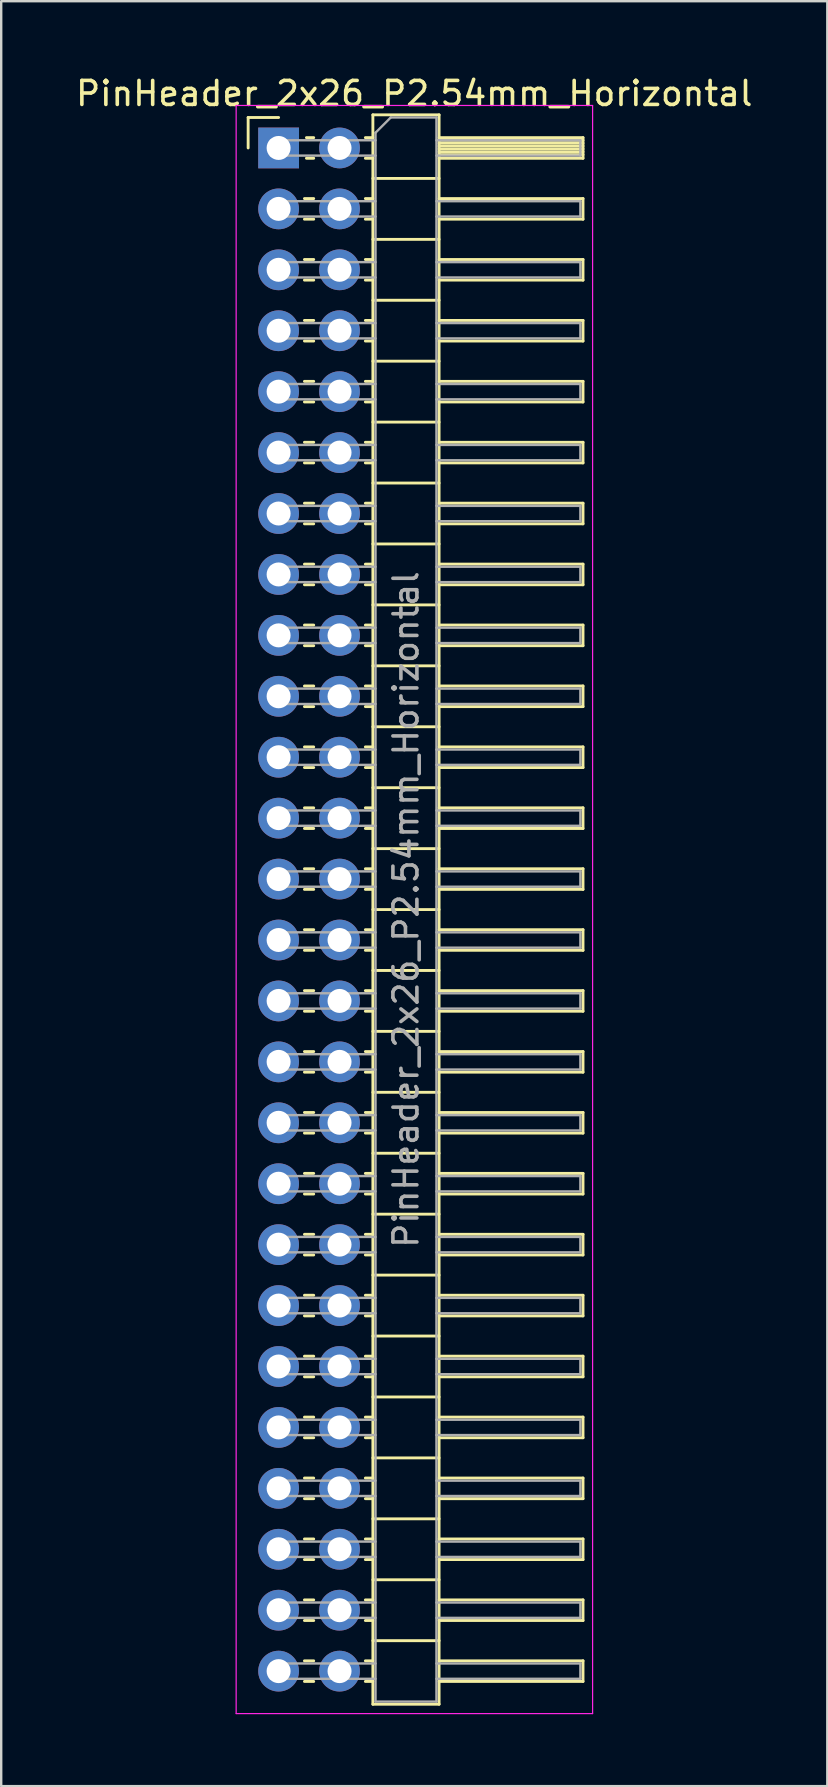
<source format=kicad_pcb>
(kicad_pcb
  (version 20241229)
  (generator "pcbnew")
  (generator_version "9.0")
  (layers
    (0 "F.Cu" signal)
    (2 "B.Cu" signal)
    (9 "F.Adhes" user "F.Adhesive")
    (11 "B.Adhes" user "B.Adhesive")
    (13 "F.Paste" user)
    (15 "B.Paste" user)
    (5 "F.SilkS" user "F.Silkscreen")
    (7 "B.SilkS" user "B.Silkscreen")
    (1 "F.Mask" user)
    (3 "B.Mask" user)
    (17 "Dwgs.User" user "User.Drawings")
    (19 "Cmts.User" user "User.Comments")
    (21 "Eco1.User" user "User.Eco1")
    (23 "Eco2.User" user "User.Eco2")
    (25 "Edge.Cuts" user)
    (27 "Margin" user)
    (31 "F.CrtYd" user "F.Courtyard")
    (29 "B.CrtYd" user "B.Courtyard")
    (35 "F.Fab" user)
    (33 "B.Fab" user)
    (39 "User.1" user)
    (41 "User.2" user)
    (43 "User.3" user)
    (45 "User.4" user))
  (footprint "PinHeader_2x26_P2.54mm_Horizontal"
    (layer "F.Cu")
    (at 8.565 3.118)
    (property "Reference" "PinHeader_2x26_P2.54mm_Horizontal" (at 5.655 -2.27 0) (layer "F.SilkS") (effects (font (size 1 1) (thickness 0.15))))
    (attr through_hole)
    (fp_line (start -1.27 -1.27) (end 0 -1.27) (stroke (width 0.12) (type solid)) (layer "F.SilkS"))
    (fp_line (start -1.27 0) (end -1.27 -1.27) (stroke (width 0.12) (type solid)) (layer "F.SilkS"))
    (fp_line (start 1.077 2.11) (end 1.463 2.11) (stroke (width 0.12) (type solid)) (layer "F.SilkS"))
    (fp_line (start 1.077 2.97) (end 1.463 2.97) (stroke (width 0.12) (type solid)) (layer "F.SilkS"))
    (fp_line (start 1.077 4.65) (end 1.463 4.65) (stroke (width 0.12) (type solid)) (layer "F.SilkS"))
    (fp_line (start 1.077 5.51) (end 1.463 5.51) (stroke (width 0.12) (type solid)) (layer "F.SilkS"))
    (fp_line (start 1.077 7.19) (end 1.463 7.19) (stroke (width 0.12) (type solid)) (layer "F.SilkS"))
    (fp_line (start 1.077 8.05) (end 1.463 8.05) (stroke (width 0.12) (type solid)) (layer "F.SilkS"))
    (fp_line (start 1.077 9.73) (end 1.463 9.73) (stroke (width 0.12) (type solid)) (layer "F.SilkS"))
    (fp_line (start 1.077 10.59) (end 1.463 10.59) (stroke (width 0.12) (type solid)) (layer "F.SilkS"))
    (fp_line (start 1.077 12.27) (end 1.463 12.27) (stroke (width 0.12) (type solid)) (layer "F.SilkS"))
    (fp_line (start 1.077 13.13) (end 1.463 13.13) (stroke (width 0.12) (type solid)) (layer "F.SilkS"))
    (fp_line (start 1.077 14.81) (end 1.463 14.81) (stroke (width 0.12) (type solid)) (layer "F.SilkS"))
    (fp_line (start 1.077 15.67) (end 1.463 15.67) (stroke (width 0.12) (type solid)) (layer "F.SilkS"))
    (fp_line (start 1.077 17.35) (end 1.463 17.35) (stroke (width 0.12) (type solid)) (layer "F.SilkS"))
    (fp_line (start 1.077 18.21) (end 1.463 18.21) (stroke (width 0.12) (type solid)) (layer "F.SilkS"))
    (fp_line (start 1.077 19.89) (end 1.463 19.89) (stroke (width 0.12) (type solid)) (layer "F.SilkS"))
    (fp_line (start 1.077 20.75) (end 1.463 20.75) (stroke (width 0.12) (type solid)) (layer "F.SilkS"))
    (fp_line (start 1.077 22.43) (end 1.463 22.43) (stroke (width 0.12) (type solid)) (layer "F.SilkS"))
    (fp_line (start 1.077 23.29) (end 1.463 23.29) (stroke (width 0.12) (type solid)) (layer "F.SilkS"))
    (fp_line (start 1.077 24.97) (end 1.463 24.97) (stroke (width 0.12) (type solid)) (layer "F.SilkS"))
    (fp_line (start 1.077 25.83) (end 1.463 25.83) (stroke (width 0.12) (type solid)) (layer "F.SilkS"))
    (fp_line (start 1.077 27.51) (end 1.463 27.51) (stroke (width 0.12) (type solid)) (layer "F.SilkS"))
    (fp_line (start 1.077 28.37) (end 1.463 28.37) (stroke (width 0.12) (type solid)) (layer "F.SilkS"))
    (fp_line (start 1.077 30.05) (end 1.463 30.05) (stroke (width 0.12) (type solid)) (layer "F.SilkS"))
    (fp_line (start 1.077 30.91) (end 1.463 30.91) (stroke (width 0.12) (type solid)) (layer "F.SilkS"))
    (fp_line (start 1.077 32.59) (end 1.463 32.59) (stroke (width 0.12) (type solid)) (layer "F.SilkS"))
    (fp_line (start 1.077 33.45) (end 1.463 33.45) (stroke (width 0.12) (type solid)) (layer "F.SilkS"))
    (fp_line (start 1.077 35.13) (end 1.463 35.13) (stroke (width 0.12) (type solid)) (layer "F.SilkS"))
    (fp_line (start 1.077 35.99) (end 1.463 35.99) (stroke (width 0.12) (type solid)) (layer "F.SilkS"))
    (fp_line (start 1.077 37.67) (end 1.463 37.67) (stroke (width 0.12) (type solid)) (layer "F.SilkS"))
    (fp_line (start 1.077 38.53) (end 1.463 38.53) (stroke (width 0.12) (type solid)) (layer "F.SilkS"))
    (fp_line (start 1.077 40.21) (end 1.463 40.21) (stroke (width 0.12) (type solid)) (layer "F.SilkS"))
    (fp_line (start 1.077 41.07) (end 1.463 41.07) (stroke (width 0.12) (type solid)) (layer "F.SilkS"))
    (fp_line (start 1.077 42.75) (end 1.463 42.75) (stroke (width 0.12) (type solid)) (layer "F.SilkS"))
    (fp_line (start 1.077 43.61) (end 1.463 43.61) (stroke (width 0.12) (type solid)) (layer "F.SilkS"))
    (fp_line (start 1.077 45.29) (end 1.463 45.29) (stroke (width 0.12) (type solid)) (layer "F.SilkS"))
    (fp_line (start 1.077 46.15) (end 1.463 46.15) (stroke (width 0.12) (type solid)) (layer "F.SilkS"))
    (fp_line (start 1.077 47.83) (end 1.463 47.83) (stroke (width 0.12) (type solid)) (layer "F.SilkS"))
    (fp_line (start 1.077 48.69) (end 1.463 48.69) (stroke (width 0.12) (type solid)) (layer "F.SilkS"))
    (fp_line (start 1.077 50.37) (end 1.463 50.37) (stroke (width 0.12) (type solid)) (layer "F.SilkS"))
    (fp_line (start 1.077 51.23) (end 1.463 51.23) (stroke (width 0.12) (type solid)) (layer "F.SilkS"))
    (fp_line (start 1.077 52.91) (end 1.463 52.91) (stroke (width 0.12) (type solid)) (layer "F.SilkS"))
    (fp_line (start 1.077 53.77) (end 1.463 53.77) (stroke (width 0.12) (type solid)) (layer "F.SilkS"))
    (fp_line (start 1.077 55.45) (end 1.463 55.45) (stroke (width 0.12) (type solid)) (layer "F.SilkS"))
    (fp_line (start 1.077 56.31) (end 1.463 56.31) (stroke (width 0.12) (type solid)) (layer "F.SilkS"))
    (fp_line (start 1.077 57.99) (end 1.463 57.99) (stroke (width 0.12) (type solid)) (layer "F.SilkS"))
    (fp_line (start 1.077 58.85) (end 1.463 58.85) (stroke (width 0.12) (type solid)) (layer "F.SilkS"))
    (fp_line (start 1.077 60.53) (end 1.463 60.53) (stroke (width 0.12) (type solid)) (layer "F.SilkS"))
    (fp_line (start 1.077 61.39) (end 1.463 61.39) (stroke (width 0.12) (type solid)) (layer "F.SilkS"))
    (fp_line (start 1.077 63.07) (end 1.463 63.07) (stroke (width 0.12) (type solid)) (layer "F.SilkS"))
    (fp_line (start 1.077 63.93) (end 1.463 63.93) (stroke (width 0.12) (type solid)) (layer "F.SilkS"))
    (fp_line (start 1.16 -0.43) (end 1.463 -0.43) (stroke (width 0.12) (type solid)) (layer "F.SilkS"))
    (fp_line (start 1.16 0.43) (end 1.463 0.43) (stroke (width 0.12) (type solid)) (layer "F.SilkS"))
    (fp_line (start 3.617 -0.43) (end 3.93 -0.43) (stroke (width 0.12) (type solid)) (layer "F.SilkS"))
    (fp_line (start 3.617 0.43) (end 3.93 0.43) (stroke (width 0.12) (type solid)) (layer "F.SilkS"))
    (fp_line (start 3.617 2.11) (end 3.93 2.11) (stroke (width 0.12) (type solid)) (layer "F.SilkS"))
    (fp_line (start 3.617 2.97) (end 3.93 2.97) (stroke (width 0.12) (type solid)) (layer "F.SilkS"))
    (fp_line (start 3.617 4.65) (end 3.93 4.65) (stroke (width 0.12) (type solid)) (layer "F.SilkS"))
    (fp_line (start 3.617 5.51) (end 3.93 5.51) (stroke (width 0.12) (type solid)) (layer "F.SilkS"))
    (fp_line (start 3.617 7.19) (end 3.93 7.19) (stroke (width 0.12) (type solid)) (layer "F.SilkS"))
    (fp_line (start 3.617 8.05) (end 3.93 8.05) (stroke (width 0.12) (type solid)) (layer "F.SilkS"))
    (fp_line (start 3.617 9.73) (end 3.93 9.73) (stroke (width 0.12) (type solid)) (layer "F.SilkS"))
    (fp_line (start 3.617 10.59) (end 3.93 10.59) (stroke (width 0.12) (type solid)) (layer "F.SilkS"))
    (fp_line (start 3.617 12.27) (end 3.93 12.27) (stroke (width 0.12) (type solid)) (layer "F.SilkS"))
    (fp_line (start 3.617 13.13) (end 3.93 13.13) (stroke (width 0.12) (type solid)) (layer "F.SilkS"))
    (fp_line (start 3.617 14.81) (end 3.93 14.81) (stroke (width 0.12) (type solid)) (layer "F.SilkS"))
    (fp_line (start 3.617 15.67) (end 3.93 15.67) (stroke (width 0.12) (type solid)) (layer "F.SilkS"))
    (fp_line (start 3.617 17.35) (end 3.93 17.35) (stroke (width 0.12) (type solid)) (layer "F.SilkS"))
    (fp_line (start 3.617 18.21) (end 3.93 18.21) (stroke (width 0.12) (type solid)) (layer "F.SilkS"))
    (fp_line (start 3.617 19.89) (end 3.93 19.89) (stroke (width 0.12) (type solid)) (layer "F.SilkS"))
    (fp_line (start 3.617 20.75) (end 3.93 20.75) (stroke (width 0.12) (type solid)) (layer "F.SilkS"))
    (fp_line (start 3.617 22.43) (end 3.93 22.43) (stroke (width 0.12) (type solid)) (layer "F.SilkS"))
    (fp_line (start 3.617 23.29) (end 3.93 23.29) (stroke (width 0.12) (type solid)) (layer "F.SilkS"))
    (fp_line (start 3.617 24.97) (end 3.93 24.97) (stroke (width 0.12) (type solid)) (layer "F.SilkS"))
    (fp_line (start 3.617 25.83) (end 3.93 25.83) (stroke (width 0.12) (type solid)) (layer "F.SilkS"))
    (fp_line (start 3.617 27.51) (end 3.93 27.51) (stroke (width 0.12) (type solid)) (layer "F.SilkS"))
    (fp_line (start 3.617 28.37) (end 3.93 28.37) (stroke (width 0.12) (type solid)) (layer "F.SilkS"))
    (fp_line (start 3.617 30.05) (end 3.93 30.05) (stroke (width 0.12) (type solid)) (layer "F.SilkS"))
    (fp_line (start 3.617 30.91) (end 3.93 30.91) (stroke (width 0.12) (type solid)) (layer "F.SilkS"))
    (fp_line (start 3.617 32.59) (end 3.93 32.59) (stroke (width 0.12) (type solid)) (layer "F.SilkS"))
    (fp_line (start 3.617 33.45) (end 3.93 33.45) (stroke (width 0.12) (type solid)) (layer "F.SilkS"))
    (fp_line (start 3.617 35.13) (end 3.93 35.13) (stroke (width 0.12) (type solid)) (layer "F.SilkS"))
    (fp_line (start 3.617 35.99) (end 3.93 35.99) (stroke (width 0.12) (type solid)) (layer "F.SilkS"))
    (fp_line (start 3.617 37.67) (end 3.93 37.67) (stroke (width 0.12) (type solid)) (layer "F.SilkS"))
    (fp_line (start 3.617 38.53) (end 3.93 38.53) (stroke (width 0.12) (type solid)) (layer "F.SilkS"))
    (fp_line (start 3.617 40.21) (end 3.93 40.21) (stroke (width 0.12) (type solid)) (layer "F.SilkS"))
    (fp_line (start 3.617 41.07) (end 3.93 41.07) (stroke (width 0.12) (type solid)) (layer "F.SilkS"))
    (fp_line (start 3.617 42.75) (end 3.93 42.75) (stroke (width 0.12) (type solid)) (layer "F.SilkS"))
    (fp_line (start 3.617 43.61) (end 3.93 43.61) (stroke (width 0.12) (type solid)) (layer "F.SilkS"))
    (fp_line (start 3.617 45.29) (end 3.93 45.29) (stroke (width 0.12) (type solid)) (layer "F.SilkS"))
    (fp_line (start 3.617 46.15) (end 3.93 46.15) (stroke (width 0.12) (type solid)) (layer "F.SilkS"))
    (fp_line (start 3.617 47.83) (end 3.93 47.83) (stroke (width 0.12) (type solid)) (layer "F.SilkS"))
    (fp_line (start 3.617 48.69) (end 3.93 48.69) (stroke (width 0.12) (type solid)) (layer "F.SilkS"))
    (fp_line (start 3.617 50.37) (end 3.93 50.37) (stroke (width 0.12) (type solid)) (layer "F.SilkS"))
    (fp_line (start 3.617 51.23) (end 3.93 51.23) (stroke (width 0.12) (type solid)) (layer "F.SilkS"))
    (fp_line (start 3.617 52.91) (end 3.93 52.91) (stroke (width 0.12) (type solid)) (layer "F.SilkS"))
    (fp_line (start 3.617 53.77) (end 3.93 53.77) (stroke (width 0.12) (type solid)) (layer "F.SilkS"))
    (fp_line (start 3.617 55.45) (end 3.93 55.45) (stroke (width 0.12) (type solid)) (layer "F.SilkS"))
    (fp_line (start 3.617 56.31) (end 3.93 56.31) (stroke (width 0.12) (type solid)) (layer "F.SilkS"))
    (fp_line (start 3.617 57.99) (end 3.93 57.99) (stroke (width 0.12) (type solid)) (layer "F.SilkS"))
    (fp_line (start 3.617 58.85) (end 3.93 58.85) (stroke (width 0.12) (type solid)) (layer "F.SilkS"))
    (fp_line (start 3.617 60.53) (end 3.93 60.53) (stroke (width 0.12) (type solid)) (layer "F.SilkS"))
    (fp_line (start 3.617 61.39) (end 3.93 61.39) (stroke (width 0.12) (type solid)) (layer "F.SilkS"))
    (fp_line (start 3.617 63.07) (end 3.93 63.07) (stroke (width 0.12) (type solid)) (layer "F.SilkS"))
    (fp_line (start 3.617 63.93) (end 3.93 63.93) (stroke (width 0.12) (type solid)) (layer "F.SilkS"))
    (fp_line (start 3.93 -1.38) (end 3.93 64.88) (stroke (width 0.12) (type solid)) (layer "F.SilkS"))
    (fp_line (start 3.93 1.27) (end 6.69 1.27) (stroke (width 0.12) (type solid)) (layer "F.SilkS"))
    (fp_line (start 3.93 3.81) (end 6.69 3.81) (stroke (width 0.12) (type solid)) (layer "F.SilkS"))
    (fp_line (start 3.93 6.35) (end 6.69 6.35) (stroke (width 0.12) (type solid)) (layer "F.SilkS"))
    (fp_line (start 3.93 8.89) (end 6.69 8.89) (stroke (width 0.12) (type solid)) (layer "F.SilkS"))
    (fp_line (start 3.93 11.43) (end 6.69 11.43) (stroke (width 0.12) (type solid)) (layer "F.SilkS"))
    (fp_line (start 3.93 13.97) (end 6.69 13.97) (stroke (width 0.12) (type solid)) (layer "F.SilkS"))
    (fp_line (start 3.93 16.51) (end 6.69 16.51) (stroke (width 0.12) (type solid)) (layer "F.SilkS"))
    (fp_line (start 3.93 19.05) (end 6.69 19.05) (stroke (width 0.12) (type solid)) (layer "F.SilkS"))
    (fp_line (start 3.93 21.59) (end 6.69 21.59) (stroke (width 0.12) (type solid)) (layer "F.SilkS"))
    (fp_line (start 3.93 24.13) (end 6.69 24.13) (stroke (width 0.12) (type solid)) (layer "F.SilkS"))
    (fp_line (start 3.93 26.67) (end 6.69 26.67) (stroke (width 0.12) (type solid)) (layer "F.SilkS"))
    (fp_line (start 3.93 29.21) (end 6.69 29.21) (stroke (width 0.12) (type solid)) (layer "F.SilkS"))
    (fp_line (start 3.93 31.75) (end 6.69 31.75) (stroke (width 0.12) (type solid)) (layer "F.SilkS"))
    (fp_line (start 3.93 34.29) (end 6.69 34.29) (stroke (width 0.12) (type solid)) (layer "F.SilkS"))
    (fp_line (start 3.93 36.83) (end 6.69 36.83) (stroke (width 0.12) (type solid)) (layer "F.SilkS"))
    (fp_line (start 3.93 39.37) (end 6.69 39.37) (stroke (width 0.12) (type solid)) (layer "F.SilkS"))
    (fp_line (start 3.93 41.91) (end 6.69 41.91) (stroke (width 0.12) (type solid)) (layer "F.SilkS"))
    (fp_line (start 3.93 44.45) (end 6.69 44.45) (stroke (width 0.12) (type solid)) (layer "F.SilkS"))
    (fp_line (start 3.93 46.99) (end 6.69 46.99) (stroke (width 0.12) (type solid)) (layer "F.SilkS"))
    (fp_line (start 3.93 49.53) (end 6.69 49.53) (stroke (width 0.12) (type solid)) (layer "F.SilkS"))
    (fp_line (start 3.93 52.07) (end 6.69 52.07) (stroke (width 0.12) (type solid)) (layer "F.SilkS"))
    (fp_line (start 3.93 54.61) (end 6.69 54.61) (stroke (width 0.12) (type solid)) (layer "F.SilkS"))
    (fp_line (start 3.93 57.15) (end 6.69 57.15) (stroke (width 0.12) (type solid)) (layer "F.SilkS"))
    (fp_line (start 3.93 59.69) (end 6.69 59.69) (stroke (width 0.12) (type solid)) (layer "F.SilkS"))
    (fp_line (start 3.93 62.23) (end 6.69 62.23) (stroke (width 0.12) (type solid)) (layer "F.SilkS"))
    (fp_line (start 3.93 64.88) (end 6.69 64.88) (stroke (width 0.12) (type solid)) (layer "F.SilkS"))
    (fp_line (start 6.69 -1.38) (end 3.93 -1.38) (stroke (width 0.12) (type solid)) (layer "F.SilkS"))
    (fp_line (start 6.69 -0.43) (end 12.69 -0.43) (stroke (width 0.12) (type solid)) (layer "F.SilkS"))
    (fp_line (start 6.69 -0.32) (end 12.69 -0.32) (stroke (width 0.12) (type solid)) (layer "F.SilkS"))
    (fp_line (start 6.69 -0.2) (end 12.69 -0.2) (stroke (width 0.12) (type solid)) (layer "F.SilkS"))
    (fp_line (start 6.69 -0.08) (end 12.69 -0.08) (stroke (width 0.12) (type solid)) (layer "F.SilkS"))
    (fp_line (start 6.69 0.04) (end 12.69 0.04) (stroke (width 0.12) (type solid)) (layer "F.SilkS"))
    (fp_line (start 6.69 0.16) (end 12.69 0.16) (stroke (width 0.12) (type solid)) (layer "F.SilkS"))
    (fp_line (start 6.69 0.28) (end 12.69 0.28) (stroke (width 0.12) (type solid)) (layer "F.SilkS"))
    (fp_line (start 6.69 2.11) (end 12.69 2.11) (stroke (width 0.12) (type solid)) (layer "F.SilkS"))
    (fp_line (start 6.69 4.65) (end 12.69 4.65) (stroke (width 0.12) (type solid)) (layer "F.SilkS"))
    (fp_line (start 6.69 7.19) (end 12.69 7.19) (stroke (width 0.12) (type solid)) (layer "F.SilkS"))
    (fp_line (start 6.69 9.73) (end 12.69 9.73) (stroke (width 0.12) (type solid)) (layer "F.SilkS"))
    (fp_line (start 6.69 12.27) (end 12.69 12.27) (stroke (width 0.12) (type solid)) (layer "F.SilkS"))
    (fp_line (start 6.69 14.81) (end 12.69 14.81) (stroke (width 0.12) (type solid)) (layer "F.SilkS"))
    (fp_line (start 6.69 17.35) (end 12.69 17.35) (stroke (width 0.12) (type solid)) (layer "F.SilkS"))
    (fp_line (start 6.69 19.89) (end 12.69 19.89) (stroke (width 0.12) (type solid)) (layer "F.SilkS"))
    (fp_line (start 6.69 22.43) (end 12.69 22.43) (stroke (width 0.12) (type solid)) (layer "F.SilkS"))
    (fp_line (start 6.69 24.97) (end 12.69 24.97) (stroke (width 0.12) (type solid)) (layer "F.SilkS"))
    (fp_line (start 6.69 27.51) (end 12.69 27.51) (stroke (width 0.12) (type solid)) (layer "F.SilkS"))
    (fp_line (start 6.69 30.05) (end 12.69 30.05) (stroke (width 0.12) (type solid)) (layer "F.SilkS"))
    (fp_line (start 6.69 32.59) (end 12.69 32.59) (stroke (width 0.12) (type solid)) (layer "F.SilkS"))
    (fp_line (start 6.69 35.13) (end 12.69 35.13) (stroke (width 0.12) (type solid)) (layer "F.SilkS"))
    (fp_line (start 6.69 37.67) (end 12.69 37.67) (stroke (width 0.12) (type solid)) (layer "F.SilkS"))
    (fp_line (start 6.69 40.21) (end 12.69 40.21) (stroke (width 0.12) (type solid)) (layer "F.SilkS"))
    (fp_line (start 6.69 42.75) (end 12.69 42.75) (stroke (width 0.12) (type solid)) (layer "F.SilkS"))
    (fp_line (start 6.69 45.29) (end 12.69 45.29) (stroke (width 0.12) (type solid)) (layer "F.SilkS"))
    (fp_line (start 6.69 47.83) (end 12.69 47.83) (stroke (width 0.12) (type solid)) (layer "F.SilkS"))
    (fp_line (start 6.69 50.37) (end 12.69 50.37) (stroke (width 0.12) (type solid)) (layer "F.SilkS"))
    (fp_line (start 6.69 52.91) (end 12.69 52.91) (stroke (width 0.12) (type solid)) (layer "F.SilkS"))
    (fp_line (start 6.69 55.45) (end 12.69 55.45) (stroke (width 0.12) (type solid)) (layer "F.SilkS"))
    (fp_line (start 6.69 57.99) (end 12.69 57.99) (stroke (width 0.12) (type solid)) (layer "F.SilkS"))
    (fp_line (start 6.69 60.53) (end 12.69 60.53) (stroke (width 0.12) (type solid)) (layer "F.SilkS"))
    (fp_line (start 6.69 63.07) (end 12.69 63.07) (stroke (width 0.12) (type solid)) (layer "F.SilkS"))
    (fp_line (start 6.69 64.88) (end 6.69 -1.38) (stroke (width 0.12) (type solid)) (layer "F.SilkS"))
    (fp_line (start 12.69 -0.43) (end 12.69 0.43) (stroke (width 0.12) (type solid)) (layer "F.SilkS"))
    (fp_line (start 12.69 0.43) (end 6.69 0.43) (stroke (width 0.12) (type solid)) (layer "F.SilkS"))
    (fp_line (start 12.69 2.11) (end 12.69 2.97) (stroke (width 0.12) (type solid)) (layer "F.SilkS"))
    (fp_line (start 12.69 2.97) (end 6.69 2.97) (stroke (width 0.12) (type solid)) (layer "F.SilkS"))
    (fp_line (start 12.69 4.65) (end 12.69 5.51) (stroke (width 0.12) (type solid)) (layer "F.SilkS"))
    (fp_line (start 12.69 5.51) (end 6.69 5.51) (stroke (width 0.12) (type solid)) (layer "F.SilkS"))
    (fp_line (start 12.69 7.19) (end 12.69 8.05) (stroke (width 0.12) (type solid)) (layer "F.SilkS"))
    (fp_line (start 12.69 8.05) (end 6.69 8.05) (stroke (width 0.12) (type solid)) (layer "F.SilkS"))
    (fp_line (start 12.69 9.73) (end 12.69 10.59) (stroke (width 0.12) (type solid)) (layer "F.SilkS"))
    (fp_line (start 12.69 10.59) (end 6.69 10.59) (stroke (width 0.12) (type solid)) (layer "F.SilkS"))
    (fp_line (start 12.69 12.27) (end 12.69 13.13) (stroke (width 0.12) (type solid)) (layer "F.SilkS"))
    (fp_line (start 12.69 13.13) (end 6.69 13.13) (stroke (width 0.12) (type solid)) (layer "F.SilkS"))
    (fp_line (start 12.69 14.81) (end 12.69 15.67) (stroke (width 0.12) (type solid)) (layer "F.SilkS"))
    (fp_line (start 12.69 15.67) (end 6.69 15.67) (stroke (width 0.12) (type solid)) (layer "F.SilkS"))
    (fp_line (start 12.69 17.35) (end 12.69 18.21) (stroke (width 0.12) (type solid)) (layer "F.SilkS"))
    (fp_line (start 12.69 18.21) (end 6.69 18.21) (stroke (width 0.12) (type solid)) (layer "F.SilkS"))
    (fp_line (start 12.69 19.89) (end 12.69 20.75) (stroke (width 0.12) (type solid)) (layer "F.SilkS"))
    (fp_line (start 12.69 20.75) (end 6.69 20.75) (stroke (width 0.12) (type solid)) (layer "F.SilkS"))
    (fp_line (start 12.69 22.43) (end 12.69 23.29) (stroke (width 0.12) (type solid)) (layer "F.SilkS"))
    (fp_line (start 12.69 23.29) (end 6.69 23.29) (stroke (width 0.12) (type solid)) (layer "F.SilkS"))
    (fp_line (start 12.69 24.97) (end 12.69 25.83) (stroke (width 0.12) (type solid)) (layer "F.SilkS"))
    (fp_line (start 12.69 25.83) (end 6.69 25.83) (stroke (width 0.12) (type solid)) (layer "F.SilkS"))
    (fp_line (start 12.69 27.51) (end 12.69 28.37) (stroke (width 0.12) (type solid)) (layer "F.SilkS"))
    (fp_line (start 12.69 28.37) (end 6.69 28.37) (stroke (width 0.12) (type solid)) (layer "F.SilkS"))
    (fp_line (start 12.69 30.05) (end 12.69 30.91) (stroke (width 0.12) (type solid)) (layer "F.SilkS"))
    (fp_line (start 12.69 30.91) (end 6.69 30.91) (stroke (width 0.12) (type solid)) (layer "F.SilkS"))
    (fp_line (start 12.69 32.59) (end 12.69 33.45) (stroke (width 0.12) (type solid)) (layer "F.SilkS"))
    (fp_line (start 12.69 33.45) (end 6.69 33.45) (stroke (width 0.12) (type solid)) (layer "F.SilkS"))
    (fp_line (start 12.69 35.13) (end 12.69 35.99) (stroke (width 0.12) (type solid)) (layer "F.SilkS"))
    (fp_line (start 12.69 35.99) (end 6.69 35.99) (stroke (width 0.12) (type solid)) (layer "F.SilkS"))
    (fp_line (start 12.69 37.67) (end 12.69 38.53) (stroke (width 0.12) (type solid)) (layer "F.SilkS"))
    (fp_line (start 12.69 38.53) (end 6.69 38.53) (stroke (width 0.12) (type solid)) (layer "F.SilkS"))
    (fp_line (start 12.69 40.21) (end 12.69 41.07) (stroke (width 0.12) (type solid)) (layer "F.SilkS"))
    (fp_line (start 12.69 41.07) (end 6.69 41.07) (stroke (width 0.12) (type solid)) (layer "F.SilkS"))
    (fp_line (start 12.69 42.75) (end 12.69 43.61) (stroke (width 0.12) (type solid)) (layer "F.SilkS"))
    (fp_line (start 12.69 43.61) (end 6.69 43.61) (stroke (width 0.12) (type solid)) (layer "F.SilkS"))
    (fp_line (start 12.69 45.29) (end 12.69 46.15) (stroke (width 0.12) (type solid)) (layer "F.SilkS"))
    (fp_line (start 12.69 46.15) (end 6.69 46.15) (stroke (width 0.12) (type solid)) (layer "F.SilkS"))
    (fp_line (start 12.69 47.83) (end 12.69 48.69) (stroke (width 0.12) (type solid)) (layer "F.SilkS"))
    (fp_line (start 12.69 48.69) (end 6.69 48.69) (stroke (width 0.12) (type solid)) (layer "F.SilkS"))
    (fp_line (start 12.69 50.37) (end 12.69 51.23) (stroke (width 0.12) (type solid)) (layer "F.SilkS"))
    (fp_line (start 12.69 51.23) (end 6.69 51.23) (stroke (width 0.12) (type solid)) (layer "F.SilkS"))
    (fp_line (start 12.69 52.91) (end 12.69 53.77) (stroke (width 0.12) (type solid)) (layer "F.SilkS"))
    (fp_line (start 12.69 53.77) (end 6.69 53.77) (stroke (width 0.12) (type solid)) (layer "F.SilkS"))
    (fp_line (start 12.69 55.45) (end 12.69 56.31) (stroke (width 0.12) (type solid)) (layer "F.SilkS"))
    (fp_line (start 12.69 56.31) (end 6.69 56.31) (stroke (width 0.12) (type solid)) (layer "F.SilkS"))
    (fp_line (start 12.69 57.99) (end 12.69 58.85) (stroke (width 0.12) (type solid)) (layer "F.SilkS"))
    (fp_line (start 12.69 58.85) (end 6.69 58.85) (stroke (width 0.12) (type solid)) (layer "F.SilkS"))
    (fp_line (start 12.69 60.53) (end 12.69 61.39) (stroke (width 0.12) (type solid)) (layer "F.SilkS"))
    (fp_line (start 12.69 61.39) (end 6.69 61.39) (stroke (width 0.12) (type solid)) (layer "F.SilkS"))
    (fp_line (start 12.69 63.07) (end 12.69 63.93) (stroke (width 0.12) (type solid)) (layer "F.SilkS"))
    (fp_line (start 12.69 63.93) (end 6.69 63.93) (stroke (width 0.12) (type solid)) (layer "F.SilkS"))
    (fp_line (start -1.77 -1.77) (end -1.77 65.27) (stroke (width 0.05) (type solid)) (layer "F.CrtYd"))
    (fp_line (start -1.77 65.27) (end 13.09 65.27) (stroke (width 0.05) (type solid)) (layer "F.CrtYd"))
    (fp_line (start 13.09 -1.77) (end -1.77 -1.77) (stroke (width 0.05) (type solid)) (layer "F.CrtYd"))
    (fp_line (start 13.09 65.27) (end 13.09 -1.77) (stroke (width 0.05) (type solid)) (layer "F.CrtYd"))
    (fp_line (start -0.32 -0.32) (end -0.32 0.32) (stroke (width 0.1) (type solid)) (layer "F.Fab"))
    (fp_line (start -0.32 -0.32) (end 4.04 -0.32) (stroke (width 0.1) (type solid)) (layer "F.Fab"))
    (fp_line (start -0.32 0.32) (end 4.04 0.32) (stroke (width 0.1) (type solid)) (layer "F.Fab"))
    (fp_line (start -0.32 2.22) (end -0.32 2.86) (stroke (width 0.1) (type solid)) (layer "F.Fab"))
    (fp_line (start -0.32 2.22) (end 4.04 2.22) (stroke (width 0.1) (type solid)) (layer "F.Fab"))
    (fp_line (start -0.32 2.86) (end 4.04 2.86) (stroke (width 0.1) (type solid)) (layer "F.Fab"))
    (fp_line (start -0.32 4.76) (end -0.32 5.4) (stroke (width 0.1) (type solid)) (layer "F.Fab"))
    (fp_line (start -0.32 4.76) (end 4.04 4.76) (stroke (width 0.1) (type solid)) (layer "F.Fab"))
    (fp_line (start -0.32 5.4) (end 4.04 5.4) (stroke (width 0.1) (type solid)) (layer "F.Fab"))
    (fp_line (start -0.32 7.3) (end -0.32 7.94) (stroke (width 0.1) (type solid)) (layer "F.Fab"))
    (fp_line (start -0.32 7.3) (end 4.04 7.3) (stroke (width 0.1) (type solid)) (layer "F.Fab"))
    (fp_line (start -0.32 7.94) (end 4.04 7.94) (stroke (width 0.1) (type solid)) (layer "F.Fab"))
    (fp_line (start -0.32 9.84) (end -0.32 10.48) (stroke (width 0.1) (type solid)) (layer "F.Fab"))
    (fp_line (start -0.32 9.84) (end 4.04 9.84) (stroke (width 0.1) (type solid)) (layer "F.Fab"))
    (fp_line (start -0.32 10.48) (end 4.04 10.48) (stroke (width 0.1) (type solid)) (layer "F.Fab"))
    (fp_line (start -0.32 12.38) (end -0.32 13.02) (stroke (width 0.1) (type solid)) (layer "F.Fab"))
    (fp_line (start -0.32 12.38) (end 4.04 12.38) (stroke (width 0.1) (type solid)) (layer "F.Fab"))
    (fp_line (start -0.32 13.02) (end 4.04 13.02) (stroke (width 0.1) (type solid)) (layer "F.Fab"))
    (fp_line (start -0.32 14.92) (end -0.32 15.56) (stroke (width 0.1) (type solid)) (layer "F.Fab"))
    (fp_line (start -0.32 14.92) (end 4.04 14.92) (stroke (width 0.1) (type solid)) (layer "F.Fab"))
    (fp_line (start -0.32 15.56) (end 4.04 15.56) (stroke (width 0.1) (type solid)) (layer "F.Fab"))
    (fp_line (start -0.32 17.46) (end -0.32 18.1) (stroke (width 0.1) (type solid)) (layer "F.Fab"))
    (fp_line (start -0.32 17.46) (end 4.04 17.46) (stroke (width 0.1) (type solid)) (layer "F.Fab"))
    (fp_line (start -0.32 18.1) (end 4.04 18.1) (stroke (width 0.1) (type solid)) (layer "F.Fab"))
    (fp_line (start -0.32 20) (end -0.32 20.64) (stroke (width 0.1) (type solid)) (layer "F.Fab"))
    (fp_line (start -0.32 20) (end 4.04 20) (stroke (width 0.1) (type solid)) (layer "F.Fab"))
    (fp_line (start -0.32 20.64) (end 4.04 20.64) (stroke (width 0.1) (type solid)) (layer "F.Fab"))
    (fp_line (start -0.32 22.54) (end -0.32 23.18) (stroke (width 0.1) (type solid)) (layer "F.Fab"))
    (fp_line (start -0.32 22.54) (end 4.04 22.54) (stroke (width 0.1) (type solid)) (layer "F.Fab"))
    (fp_line (start -0.32 23.18) (end 4.04 23.18) (stroke (width 0.1) (type solid)) (layer "F.Fab"))
    (fp_line (start -0.32 25.08) (end -0.32 25.72) (stroke (width 0.1) (type solid)) (layer "F.Fab"))
    (fp_line (start -0.32 25.08) (end 4.04 25.08) (stroke (width 0.1) (type solid)) (layer "F.Fab"))
    (fp_line (start -0.32 25.72) (end 4.04 25.72) (stroke (width 0.1) (type solid)) (layer "F.Fab"))
    (fp_line (start -0.32 27.62) (end -0.32 28.26) (stroke (width 0.1) (type solid)) (layer "F.Fab"))
    (fp_line (start -0.32 27.62) (end 4.04 27.62) (stroke (width 0.1) (type solid)) (layer "F.Fab"))
    (fp_line (start -0.32 28.26) (end 4.04 28.26) (stroke (width 0.1) (type solid)) (layer "F.Fab"))
    (fp_line (start -0.32 30.16) (end -0.32 30.8) (stroke (width 0.1) (type solid)) (layer "F.Fab"))
    (fp_line (start -0.32 30.16) (end 4.04 30.16) (stroke (width 0.1) (type solid)) (layer "F.Fab"))
    (fp_line (start -0.32 30.8) (end 4.04 30.8) (stroke (width 0.1) (type solid)) (layer "F.Fab"))
    (fp_line (start -0.32 32.7) (end -0.32 33.34) (stroke (width 0.1) (type solid)) (layer "F.Fab"))
    (fp_line (start -0.32 32.7) (end 4.04 32.7) (stroke (width 0.1) (type solid)) (layer "F.Fab"))
    (fp_line (start -0.32 33.34) (end 4.04 33.34) (stroke (width 0.1) (type solid)) (layer "F.Fab"))
    (fp_line (start -0.32 35.24) (end -0.32 35.88) (stroke (width 0.1) (type solid)) (layer "F.Fab"))
    (fp_line (start -0.32 35.24) (end 4.04 35.24) (stroke (width 0.1) (type solid)) (layer "F.Fab"))
    (fp_line (start -0.32 35.88) (end 4.04 35.88) (stroke (width 0.1) (type solid)) (layer "F.Fab"))
    (fp_line (start -0.32 37.78) (end -0.32 38.42) (stroke (width 0.1) (type solid)) (layer "F.Fab"))
    (fp_line (start -0.32 37.78) (end 4.04 37.78) (stroke (width 0.1) (type solid)) (layer "F.Fab"))
    (fp_line (start -0.32 38.42) (end 4.04 38.42) (stroke (width 0.1) (type solid)) (layer "F.Fab"))
    (fp_line (start -0.32 40.32) (end -0.32 40.96) (stroke (width 0.1) (type solid)) (layer "F.Fab"))
    (fp_line (start -0.32 40.32) (end 4.04 40.32) (stroke (width 0.1) (type solid)) (layer "F.Fab"))
    (fp_line (start -0.32 40.96) (end 4.04 40.96) (stroke (width 0.1) (type solid)) (layer "F.Fab"))
    (fp_line (start -0.32 42.86) (end -0.32 43.5) (stroke (width 0.1) (type solid)) (layer "F.Fab"))
    (fp_line (start -0.32 42.86) (end 4.04 42.86) (stroke (width 0.1) (type solid)) (layer "F.Fab"))
    (fp_line (start -0.32 43.5) (end 4.04 43.5) (stroke (width 0.1) (type solid)) (layer "F.Fab"))
    (fp_line (start -0.32 45.4) (end -0.32 46.04) (stroke (width 0.1) (type solid)) (layer "F.Fab"))
    (fp_line (start -0.32 45.4) (end 4.04 45.4) (stroke (width 0.1) (type solid)) (layer "F.Fab"))
    (fp_line (start -0.32 46.04) (end 4.04 46.04) (stroke (width 0.1) (type solid)) (layer "F.Fab"))
    (fp_line (start -0.32 47.94) (end -0.32 48.58) (stroke (width 0.1) (type solid)) (layer "F.Fab"))
    (fp_line (start -0.32 47.94) (end 4.04 47.94) (stroke (width 0.1) (type solid)) (layer "F.Fab"))
    (fp_line (start -0.32 48.58) (end 4.04 48.58) (stroke (width 0.1) (type solid)) (layer "F.Fab"))
    (fp_line (start -0.32 50.48) (end -0.32 51.12) (stroke (width 0.1) (type solid)) (layer "F.Fab"))
    (fp_line (start -0.32 50.48) (end 4.04 50.48) (stroke (width 0.1) (type solid)) (layer "F.Fab"))
    (fp_line (start -0.32 51.12) (end 4.04 51.12) (stroke (width 0.1) (type solid)) (layer "F.Fab"))
    (fp_line (start -0.32 53.02) (end -0.32 53.66) (stroke (width 0.1) (type solid)) (layer "F.Fab"))
    (fp_line (start -0.32 53.02) (end 4.04 53.02) (stroke (width 0.1) (type solid)) (layer "F.Fab"))
    (fp_line (start -0.32 53.66) (end 4.04 53.66) (stroke (width 0.1) (type solid)) (layer "F.Fab"))
    (fp_line (start -0.32 55.56) (end -0.32 56.2) (stroke (width 0.1) (type solid)) (layer "F.Fab"))
    (fp_line (start -0.32 55.56) (end 4.04 55.56) (stroke (width 0.1) (type solid)) (layer "F.Fab"))
    (fp_line (start -0.32 56.2) (end 4.04 56.2) (stroke (width 0.1) (type solid)) (layer "F.Fab"))
    (fp_line (start -0.32 58.1) (end -0.32 58.74) (stroke (width 0.1) (type solid)) (layer "F.Fab"))
    (fp_line (start -0.32 58.1) (end 4.04 58.1) (stroke (width 0.1) (type solid)) (layer "F.Fab"))
    (fp_line (start -0.32 58.74) (end 4.04 58.74) (stroke (width 0.1) (type solid)) (layer "F.Fab"))
    (fp_line (start -0.32 60.64) (end -0.32 61.28) (stroke (width 0.1) (type solid)) (layer "F.Fab"))
    (fp_line (start -0.32 60.64) (end 4.04 60.64) (stroke (width 0.1) (type solid)) (layer "F.Fab"))
    (fp_line (start -0.32 61.28) (end 4.04 61.28) (stroke (width 0.1) (type solid)) (layer "F.Fab"))
    (fp_line (start -0.32 63.18) (end -0.32 63.82) (stroke (width 0.1) (type solid)) (layer "F.Fab"))
    (fp_line (start -0.32 63.18) (end 4.04 63.18) (stroke (width 0.1) (type solid)) (layer "F.Fab"))
    (fp_line (start -0.32 63.82) (end 4.04 63.82) (stroke (width 0.1) (type solid)) (layer "F.Fab"))
    (fp_line (start 4.04 -0.635) (end 4.675 -1.27) (stroke (width 0.1) (type solid)) (layer "F.Fab"))
    (fp_line (start 4.04 64.77) (end 4.04 -0.635) (stroke (width 0.1) (type solid)) (layer "F.Fab"))
    (fp_line (start 4.675 -1.27) (end 6.58 -1.27) (stroke (width 0.1) (type solid)) (layer "F.Fab"))
    (fp_line (start 6.58 -1.27) (end 6.58 64.77) (stroke (width 0.1) (type solid)) (layer "F.Fab"))
    (fp_line (start 6.58 -0.32) (end 12.58 -0.32) (stroke (width 0.1) (type solid)) (layer "F.Fab"))
    (fp_line (start 6.58 0.32) (end 12.58 0.32) (stroke (width 0.1) (type solid)) (layer "F.Fab"))
    (fp_line (start 6.58 2.22) (end 12.58 2.22) (stroke (width 0.1) (type solid)) (layer "F.Fab"))
    (fp_line (start 6.58 2.86) (end 12.58 2.86) (stroke (width 0.1) (type solid)) (layer "F.Fab"))
    (fp_line (start 6.58 4.76) (end 12.58 4.76) (stroke (width 0.1) (type solid)) (layer "F.Fab"))
    (fp_line (start 6.58 5.4) (end 12.58 5.4) (stroke (width 0.1) (type solid)) (layer "F.Fab"))
    (fp_line (start 6.58 7.3) (end 12.58 7.3) (stroke (width 0.1) (type solid)) (layer "F.Fab"))
    (fp_line (start 6.58 7.94) (end 12.58 7.94) (stroke (width 0.1) (type solid)) (layer "F.Fab"))
    (fp_line (start 6.58 9.84) (end 12.58 9.84) (stroke (width 0.1) (type solid)) (layer "F.Fab"))
    (fp_line (start 6.58 10.48) (end 12.58 10.48) (stroke (width 0.1) (type solid)) (layer "F.Fab"))
    (fp_line (start 6.58 12.38) (end 12.58 12.38) (stroke (width 0.1) (type solid)) (layer "F.Fab"))
    (fp_line (start 6.58 13.02) (end 12.58 13.02) (stroke (width 0.1) (type solid)) (layer "F.Fab"))
    (fp_line (start 6.58 14.92) (end 12.58 14.92) (stroke (width 0.1) (type solid)) (layer "F.Fab"))
    (fp_line (start 6.58 15.56) (end 12.58 15.56) (stroke (width 0.1) (type solid)) (layer "F.Fab"))
    (fp_line (start 6.58 17.46) (end 12.58 17.46) (stroke (width 0.1) (type solid)) (layer "F.Fab"))
    (fp_line (start 6.58 18.1) (end 12.58 18.1) (stroke (width 0.1) (type solid)) (layer "F.Fab"))
    (fp_line (start 6.58 20) (end 12.58 20) (stroke (width 0.1) (type solid)) (layer "F.Fab"))
    (fp_line (start 6.58 20.64) (end 12.58 20.64) (stroke (width 0.1) (type solid)) (layer "F.Fab"))
    (fp_line (start 6.58 22.54) (end 12.58 22.54) (stroke (width 0.1) (type solid)) (layer "F.Fab"))
    (fp_line (start 6.58 23.18) (end 12.58 23.18) (stroke (width 0.1) (type solid)) (layer "F.Fab"))
    (fp_line (start 6.58 25.08) (end 12.58 25.08) (stroke (width 0.1) (type solid)) (layer "F.Fab"))
    (fp_line (start 6.58 25.72) (end 12.58 25.72) (stroke (width 0.1) (type solid)) (layer "F.Fab"))
    (fp_line (start 6.58 27.62) (end 12.58 27.62) (stroke (width 0.1) (type solid)) (layer "F.Fab"))
    (fp_line (start 6.58 28.26) (end 12.58 28.26) (stroke (width 0.1) (type solid)) (layer "F.Fab"))
    (fp_line (start 6.58 30.16) (end 12.58 30.16) (stroke (width 0.1) (type solid)) (layer "F.Fab"))
    (fp_line (start 6.58 30.8) (end 12.58 30.8) (stroke (width 0.1) (type solid)) (layer "F.Fab"))
    (fp_line (start 6.58 32.7) (end 12.58 32.7) (stroke (width 0.1) (type solid)) (layer "F.Fab"))
    (fp_line (start 6.58 33.34) (end 12.58 33.34) (stroke (width 0.1) (type solid)) (layer "F.Fab"))
    (fp_line (start 6.58 35.24) (end 12.58 35.24) (stroke (width 0.1) (type solid)) (layer "F.Fab"))
    (fp_line (start 6.58 35.88) (end 12.58 35.88) (stroke (width 0.1) (type solid)) (layer "F.Fab"))
    (fp_line (start 6.58 37.78) (end 12.58 37.78) (stroke (width 0.1) (type solid)) (layer "F.Fab"))
    (fp_line (start 6.58 38.42) (end 12.58 38.42) (stroke (width 0.1) (type solid)) (layer "F.Fab"))
    (fp_line (start 6.58 40.32) (end 12.58 40.32) (stroke (width 0.1) (type solid)) (layer "F.Fab"))
    (fp_line (start 6.58 40.96) (end 12.58 40.96) (stroke (width 0.1) (type solid)) (layer "F.Fab"))
    (fp_line (start 6.58 42.86) (end 12.58 42.86) (stroke (width 0.1) (type solid)) (layer "F.Fab"))
    (fp_line (start 6.58 43.5) (end 12.58 43.5) (stroke (width 0.1) (type solid)) (layer "F.Fab"))
    (fp_line (start 6.58 45.4) (end 12.58 45.4) (stroke (width 0.1) (type solid)) (layer "F.Fab"))
    (fp_line (start 6.58 46.04) (end 12.58 46.04) (stroke (width 0.1) (type solid)) (layer "F.Fab"))
    (fp_line (start 6.58 47.94) (end 12.58 47.94) (stroke (width 0.1) (type solid)) (layer "F.Fab"))
    (fp_line (start 6.58 48.58) (end 12.58 48.58) (stroke (width 0.1) (type solid)) (layer "F.Fab"))
    (fp_line (start 6.58 50.48) (end 12.58 50.48) (stroke (width 0.1) (type solid)) (layer "F.Fab"))
    (fp_line (start 6.58 51.12) (end 12.58 51.12) (stroke (width 0.1) (type solid)) (layer "F.Fab"))
    (fp_line (start 6.58 53.02) (end 12.58 53.02) (stroke (width 0.1) (type solid)) (layer "F.Fab"))
    (fp_line (start 6.58 53.66) (end 12.58 53.66) (stroke (width 0.1) (type solid)) (layer "F.Fab"))
    (fp_line (start 6.58 55.56) (end 12.58 55.56) (stroke (width 0.1) (type solid)) (layer "F.Fab"))
    (fp_line (start 6.58 56.2) (end 12.58 56.2) (stroke (width 0.1) (type solid)) (layer "F.Fab"))
    (fp_line (start 6.58 58.1) (end 12.58 58.1) (stroke (width 0.1) (type solid)) (layer "F.Fab"))
    (fp_line (start 6.58 58.74) (end 12.58 58.74) (stroke (width 0.1) (type solid)) (layer "F.Fab"))
    (fp_line (start 6.58 60.64) (end 12.58 60.64) (stroke (width 0.1) (type solid)) (layer "F.Fab"))
    (fp_line (start 6.58 61.28) (end 12.58 61.28) (stroke (width 0.1) (type solid)) (layer "F.Fab"))
    (fp_line (start 6.58 63.18) (end 12.58 63.18) (stroke (width 0.1) (type solid)) (layer "F.Fab"))
    (fp_line (start 6.58 63.82) (end 12.58 63.82) (stroke (width 0.1) (type solid)) (layer "F.Fab"))
    (fp_line (start 6.58 64.77) (end 4.04 64.77) (stroke (width 0.1) (type solid)) (layer "F.Fab"))
    (fp_line (start 12.58 -0.32) (end 12.58 0.32) (stroke (width 0.1) (type solid)) (layer "F.Fab"))
    (fp_line (start 12.58 2.22) (end 12.58 2.86) (stroke (width 0.1) (type solid)) (layer "F.Fab"))
    (fp_line (start 12.58 4.76) (end 12.58 5.4) (stroke (width 0.1) (type solid)) (layer "F.Fab"))
    (fp_line (start 12.58 7.3) (end 12.58 7.94) (stroke (width 0.1) (type solid)) (layer "F.Fab"))
    (fp_line (start 12.58 9.84) (end 12.58 10.48) (stroke (width 0.1) (type solid)) (layer "F.Fab"))
    (fp_line (start 12.58 12.38) (end 12.58 13.02) (stroke (width 0.1) (type solid)) (layer "F.Fab"))
    (fp_line (start 12.58 14.92) (end 12.58 15.56) (stroke (width 0.1) (type solid)) (layer "F.Fab"))
    (fp_line (start 12.58 17.46) (end 12.58 18.1) (stroke (width 0.1) (type solid)) (layer "F.Fab"))
    (fp_line (start 12.58 20) (end 12.58 20.64) (stroke (width 0.1) (type solid)) (layer "F.Fab"))
    (fp_line (start 12.58 22.54) (end 12.58 23.18) (stroke (width 0.1) (type solid)) (layer "F.Fab"))
    (fp_line (start 12.58 25.08) (end 12.58 25.72) (stroke (width 0.1) (type solid)) (layer "F.Fab"))
    (fp_line (start 12.58 27.62) (end 12.58 28.26) (stroke (width 0.1) (type solid)) (layer "F.Fab"))
    (fp_line (start 12.58 30.16) (end 12.58 30.8) (stroke (width 0.1) (type solid)) (layer "F.Fab"))
    (fp_line (start 12.58 32.7) (end 12.58 33.34) (stroke (width 0.1) (type solid)) (layer "F.Fab"))
    (fp_line (start 12.58 35.24) (end 12.58 35.88) (stroke (width 0.1) (type solid)) (layer "F.Fab"))
    (fp_line (start 12.58 37.78) (end 12.58 38.42) (stroke (width 0.1) (type solid)) (layer "F.Fab"))
    (fp_line (start 12.58 40.32) (end 12.58 40.96) (stroke (width 0.1) (type solid)) (layer "F.Fab"))
    (fp_line (start 12.58 42.86) (end 12.58 43.5) (stroke (width 0.1) (type solid)) (layer "F.Fab"))
    (fp_line (start 12.58 45.4) (end 12.58 46.04) (stroke (width 0.1) (type solid)) (layer "F.Fab"))
    (fp_line (start 12.58 47.94) (end 12.58 48.58) (stroke (width 0.1) (type solid)) (layer "F.Fab"))
    (fp_line (start 12.58 50.48) (end 12.58 51.12) (stroke (width 0.1) (type solid)) (layer "F.Fab"))
    (fp_line (start 12.58 53.02) (end 12.58 53.66) (stroke (width 0.1) (type solid)) (layer "F.Fab"))
    (fp_line (start 12.58 55.56) (end 12.58 56.2) (stroke (width 0.1) (type solid)) (layer "F.Fab"))
    (fp_line (start 12.58 58.1) (end 12.58 58.74) (stroke (width 0.1) (type solid)) (layer "F.Fab"))
    (fp_line (start 12.58 60.64) (end 12.58 61.28) (stroke (width 0.1) (type solid)) (layer "F.Fab"))
    (fp_line (start 12.58 63.18) (end 12.58 63.82) (stroke (width 0.1) (type solid)) (layer "F.Fab"))
    (fp_text user "${REFERENCE}" (at 5.31 31.75 90) (layer "F.Fab") (effects (font (size 1 1) (thickness 0.15))))
    (pad "1" thru_hole rect (at 0 0) (size 1.7 1.7) (drill 1) (layers "*.Cu" "*.Mask"))
    (pad "2" thru_hole circle (at 2.54 0) (size 1.7 1.7) (drill 1) (layers "*.Cu" "*.Mask"))
    (pad "3" thru_hole circle (at 0 2.54) (size 1.7 1.7) (drill 1) (layers "*.Cu" "*.Mask"))
    (pad "4" thru_hole circle (at 2.54 2.54) (size 1.7 1.7) (drill 1) (layers "*.Cu" "*.Mask"))
    (pad "5" thru_hole circle (at 0 5.08) (size 1.7 1.7) (drill 1) (layers "*.Cu" "*.Mask"))
    (pad "6" thru_hole circle (at 2.54 5.08) (size 1.7 1.7) (drill 1) (layers "*.Cu" "*.Mask"))
    (pad "7" thru_hole circle (at 0 7.62) (size 1.7 1.7) (drill 1) (layers "*.Cu" "*.Mask"))
    (pad "8" thru_hole circle (at 2.54 7.62) (size 1.7 1.7) (drill 1) (layers "*.Cu" "*.Mask"))
    (pad "9" thru_hole circle (at 0 10.16) (size 1.7 1.7) (drill 1) (layers "*.Cu" "*.Mask"))
    (pad "10" thru_hole circle (at 2.54 10.16) (size 1.7 1.7) (drill 1) (layers "*.Cu" "*.Mask"))
    (pad "11" thru_hole circle (at 0 12.7) (size 1.7 1.7) (drill 1) (layers "*.Cu" "*.Mask"))
    (pad "12" thru_hole circle (at 2.54 12.7) (size 1.7 1.7) (drill 1) (layers "*.Cu" "*.Mask"))
    (pad "13" thru_hole circle (at 0 15.24) (size 1.7 1.7) (drill 1) (layers "*.Cu" "*.Mask"))
    (pad "14" thru_hole circle (at 2.54 15.24) (size 1.7 1.7) (drill 1) (layers "*.Cu" "*.Mask"))
    (pad "15" thru_hole circle (at 0 17.78) (size 1.7 1.7) (drill 1) (layers "*.Cu" "*.Mask"))
    (pad "16" thru_hole circle (at 2.54 17.78) (size 1.7 1.7) (drill 1) (layers "*.Cu" "*.Mask"))
    (pad "17" thru_hole circle (at 0 20.32) (size 1.7 1.7) (drill 1) (layers "*.Cu" "*.Mask"))
    (pad "18" thru_hole circle (at 2.54 20.32) (size 1.7 1.7) (drill 1) (layers "*.Cu" "*.Mask"))
    (pad "19" thru_hole circle (at 0 22.86) (size 1.7 1.7) (drill 1) (layers "*.Cu" "*.Mask"))
    (pad "20" thru_hole circle (at 2.54 22.86) (size 1.7 1.7) (drill 1) (layers "*.Cu" "*.Mask"))
    (pad "21" thru_hole circle (at 0 25.4) (size 1.7 1.7) (drill 1) (layers "*.Cu" "*.Mask"))
    (pad "22" thru_hole circle (at 2.54 25.4) (size 1.7 1.7) (drill 1) (layers "*.Cu" "*.Mask"))
    (pad "23" thru_hole circle (at 0 27.94) (size 1.7 1.7) (drill 1) (layers "*.Cu" "*.Mask"))
    (pad "24" thru_hole circle (at 2.54 27.94) (size 1.7 1.7) (drill 1) (layers "*.Cu" "*.Mask"))
    (pad "25" thru_hole circle (at 0 30.48) (size 1.7 1.7) (drill 1) (layers "*.Cu" "*.Mask"))
    (pad "26" thru_hole circle (at 2.54 30.48) (size 1.7 1.7) (drill 1) (layers "*.Cu" "*.Mask"))
    (pad "27" thru_hole circle (at 0 33.02) (size 1.7 1.7) (drill 1) (layers "*.Cu" "*.Mask"))
    (pad "28" thru_hole circle (at 2.54 33.02) (size 1.7 1.7) (drill 1) (layers "*.Cu" "*.Mask"))
    (pad "29" thru_hole circle (at 0 35.56) (size 1.7 1.7) (drill 1) (layers "*.Cu" "*.Mask"))
    (pad "30" thru_hole circle (at 2.54 35.56) (size 1.7 1.7) (drill 1) (layers "*.Cu" "*.Mask"))
    (pad "31" thru_hole circle (at 0 38.1) (size 1.7 1.7) (drill 1) (layers "*.Cu" "*.Mask"))
    (pad "32" thru_hole circle (at 2.54 38.1) (size 1.7 1.7) (drill 1) (layers "*.Cu" "*.Mask"))
    (pad "33" thru_hole circle (at 0 40.64) (size 1.7 1.7) (drill 1) (layers "*.Cu" "*.Mask"))
    (pad "34" thru_hole circle (at 2.54 40.64) (size 1.7 1.7) (drill 1) (layers "*.Cu" "*.Mask"))
    (pad "35" thru_hole circle (at 0 43.18) (size 1.7 1.7) (drill 1) (layers "*.Cu" "*.Mask"))
    (pad "36" thru_hole circle (at 2.54 43.18) (size 1.7 1.7) (drill 1) (layers "*.Cu" "*.Mask"))
    (pad "37" thru_hole circle (at 0 45.72) (size 1.7 1.7) (drill 1) (layers "*.Cu" "*.Mask"))
    (pad "38" thru_hole circle (at 2.54 45.72) (size 1.7 1.7) (drill 1) (layers "*.Cu" "*.Mask"))
    (pad "39" thru_hole circle (at 0 48.26) (size 1.7 1.7) (drill 1) (layers "*.Cu" "*.Mask"))
    (pad "40" thru_hole circle (at 2.54 48.26) (size 1.7 1.7) (drill 1) (layers "*.Cu" "*.Mask"))
    (pad "41" thru_hole circle (at 0 50.8) (size 1.7 1.7) (drill 1) (layers "*.Cu" "*.Mask"))
    (pad "42" thru_hole circle (at 2.54 50.8) (size 1.7 1.7) (drill 1) (layers "*.Cu" "*.Mask"))
    (pad "43" thru_hole circle (at 0 53.34) (size 1.7 1.7) (drill 1) (layers "*.Cu" "*.Mask"))
    (pad "44" thru_hole circle (at 2.54 53.34) (size 1.7 1.7) (drill 1) (layers "*.Cu" "*.Mask"))
    (pad "45" thru_hole circle (at 0 55.88) (size 1.7 1.7) (drill 1) (layers "*.Cu" "*.Mask"))
    (pad "46" thru_hole circle (at 2.54 55.88) (size 1.7 1.7) (drill 1) (layers "*.Cu" "*.Mask"))
    (pad "47" thru_hole circle (at 0 58.42) (size 1.7 1.7) (drill 1) (layers "*.Cu" "*.Mask"))
    (pad "48" thru_hole circle (at 2.54 58.42) (size 1.7 1.7) (drill 1) (layers "*.Cu" "*.Mask"))
    (pad "49" thru_hole circle (at 0 60.96) (size 1.7 1.7) (drill 1) (layers "*.Cu" "*.Mask"))
    (pad "50" thru_hole circle (at 2.54 60.96) (size 1.7 1.7) (drill 1) (layers "*.Cu" "*.Mask"))
    (pad "51" thru_hole circle (at 0 63.5) (size 1.7 1.7) (drill 1) (layers "*.Cu" "*.Mask"))
    (pad "52" thru_hole circle (at 2.54 63.5) (size 1.7 1.7) (drill 1) (layers "*.Cu" "*.Mask")))
  (gr_rect
    (start -3 -3)
    (end 31.44 71.413)
    (stroke (width 0.1) (type default))
    (fill no)
    (layer "Edge.Cuts")))
</source>
